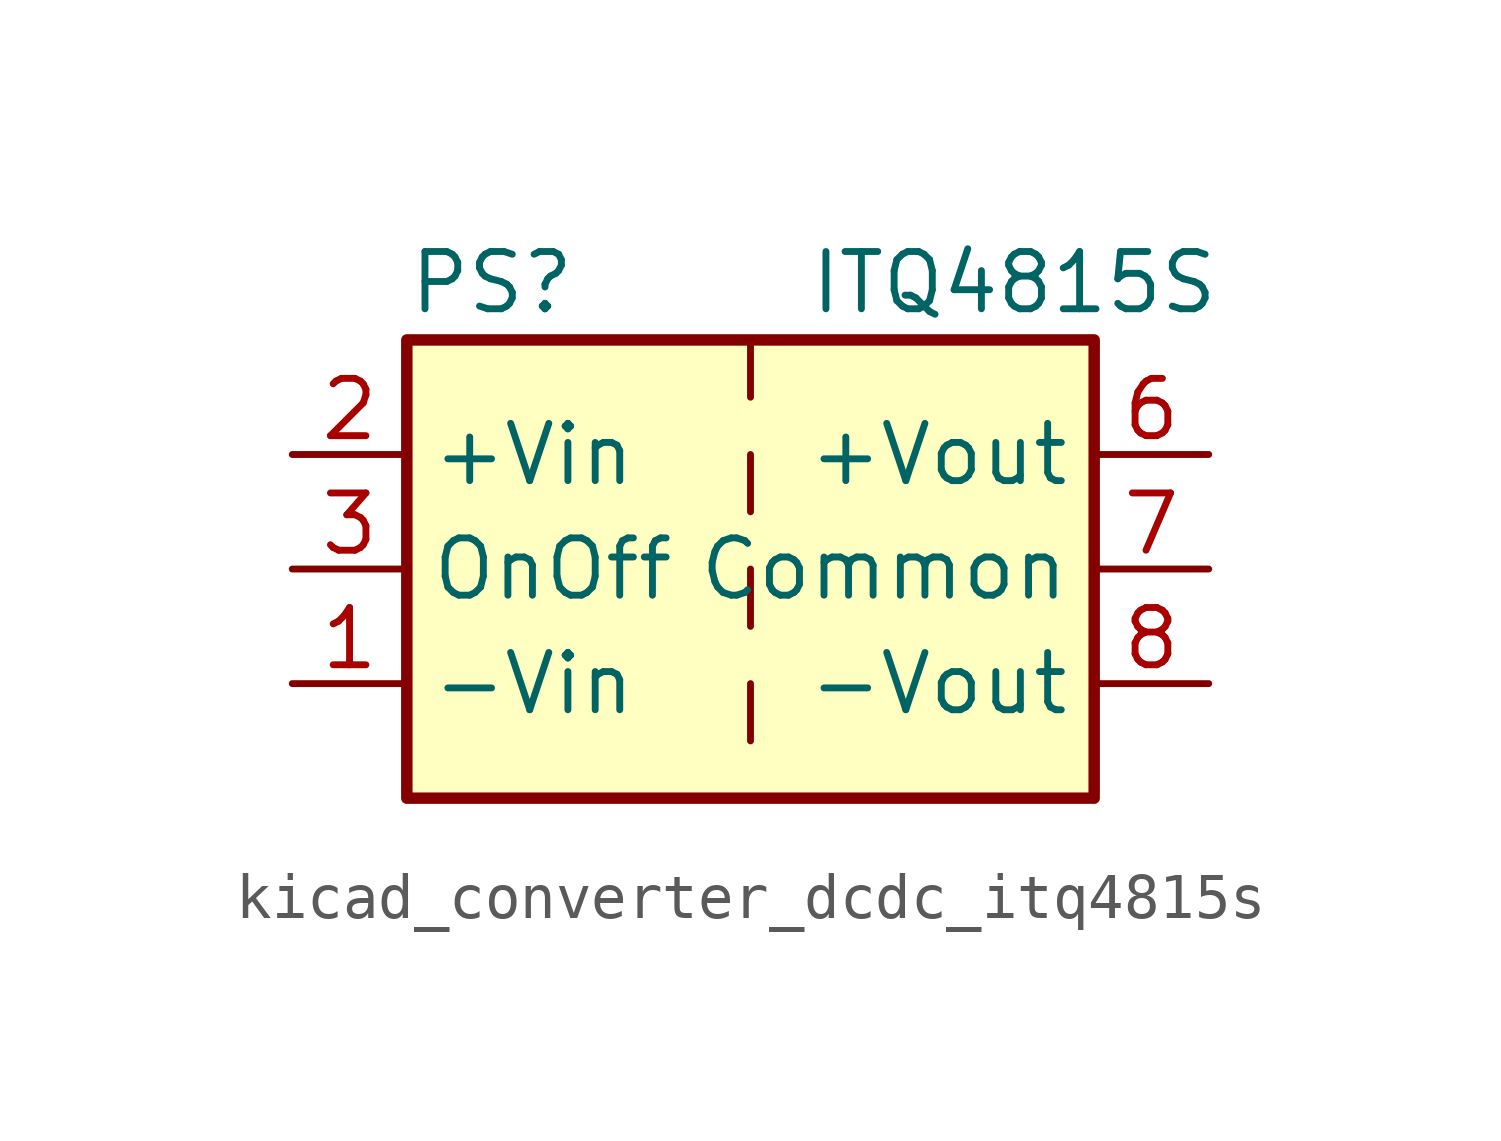
<source format=kicad_sym>
(kicad_symbol_lib
  (version 20220914)
  (generator kicad_symbol_editor)
  (symbol "kicad_converter_dcdc_itq4815s"
    (property "Reference" "PS"
      (at -7.62 6.35 0)
      (effects (font (size 1.27 1.27)) (justify left)))
    (property "Value" "ITQ4815S"
      (at 1.27 6.35 0)
      (effects (font (size 1.27 1.27)) (justify left)))
    (symbol "kicad_converter_dcdc_itq4815s_0_0"
      (pin power_in line (at -10.16 -2.54 0) (length 2.54) (name "-Vin" (effects (font (size 1.27 1.27)))) (number "1" (effects (font (size 1.27 1.27)))))
      (pin power_in line (at -10.16 2.54 0) (length 2.54) (name "+Vin" (effects (font (size 1.27 1.27)))) (number "2" (effects (font (size 1.27 1.27)))))
      (pin input line (at -10.16 0 0) (length 2.54) (name "OnOff" (effects (font (size 1.27 1.27)))) (number "3" (effects (font (size 1.27 1.27)))))
      (pin no_connect line (at 0 5.08 270) (length 2.54) hide (name "NC" (effects (font (size 1.27 1.27)))) (number "5" (effects (font (size 1.27 1.27)))))
      (pin power_out line (at 10.16 2.54 180) (length 2.54) (name "+Vout" (effects (font (size 1.27 1.27)))) (number "6" (effects (font (size 1.27 1.27)))))
      (pin power_out line (at 10.16 0 180) (length 2.54) (name "Common" (effects (font (size 1.27 1.27)))) (number "7" (effects (font (size 1.27 1.27)))))
      (pin power_out line (at 10.16 -2.54 180) (length 2.54) (name "-Vout" (effects (font (size 1.27 1.27)))) (number "8" (effects (font (size 1.27 1.27))))))
    (symbol "kicad_converter_dcdc_itq4815s_0_1"
      (rectangle (start -7.62 5.08) (end 7.62 -5.08) (stroke (width 0.254) (type default)) (fill (type background)))
      (polyline (pts (xy 0 -2.54) (xy 0 -3.81)) (stroke (width 0) (type default)) (fill (type none)))
      (polyline (pts (xy 0 0) (xy 0 -1.27)) (stroke (width 0) (type default)) (fill (type none)))
      (polyline (pts (xy 0 2.54) (xy 0 1.27)) (stroke (width 0) (type default)) (fill (type none)))
      (polyline (pts (xy 0 5.08) (xy 0 3.81)) (stroke (width 0) (type default)) (fill (type none))))))
</source>
